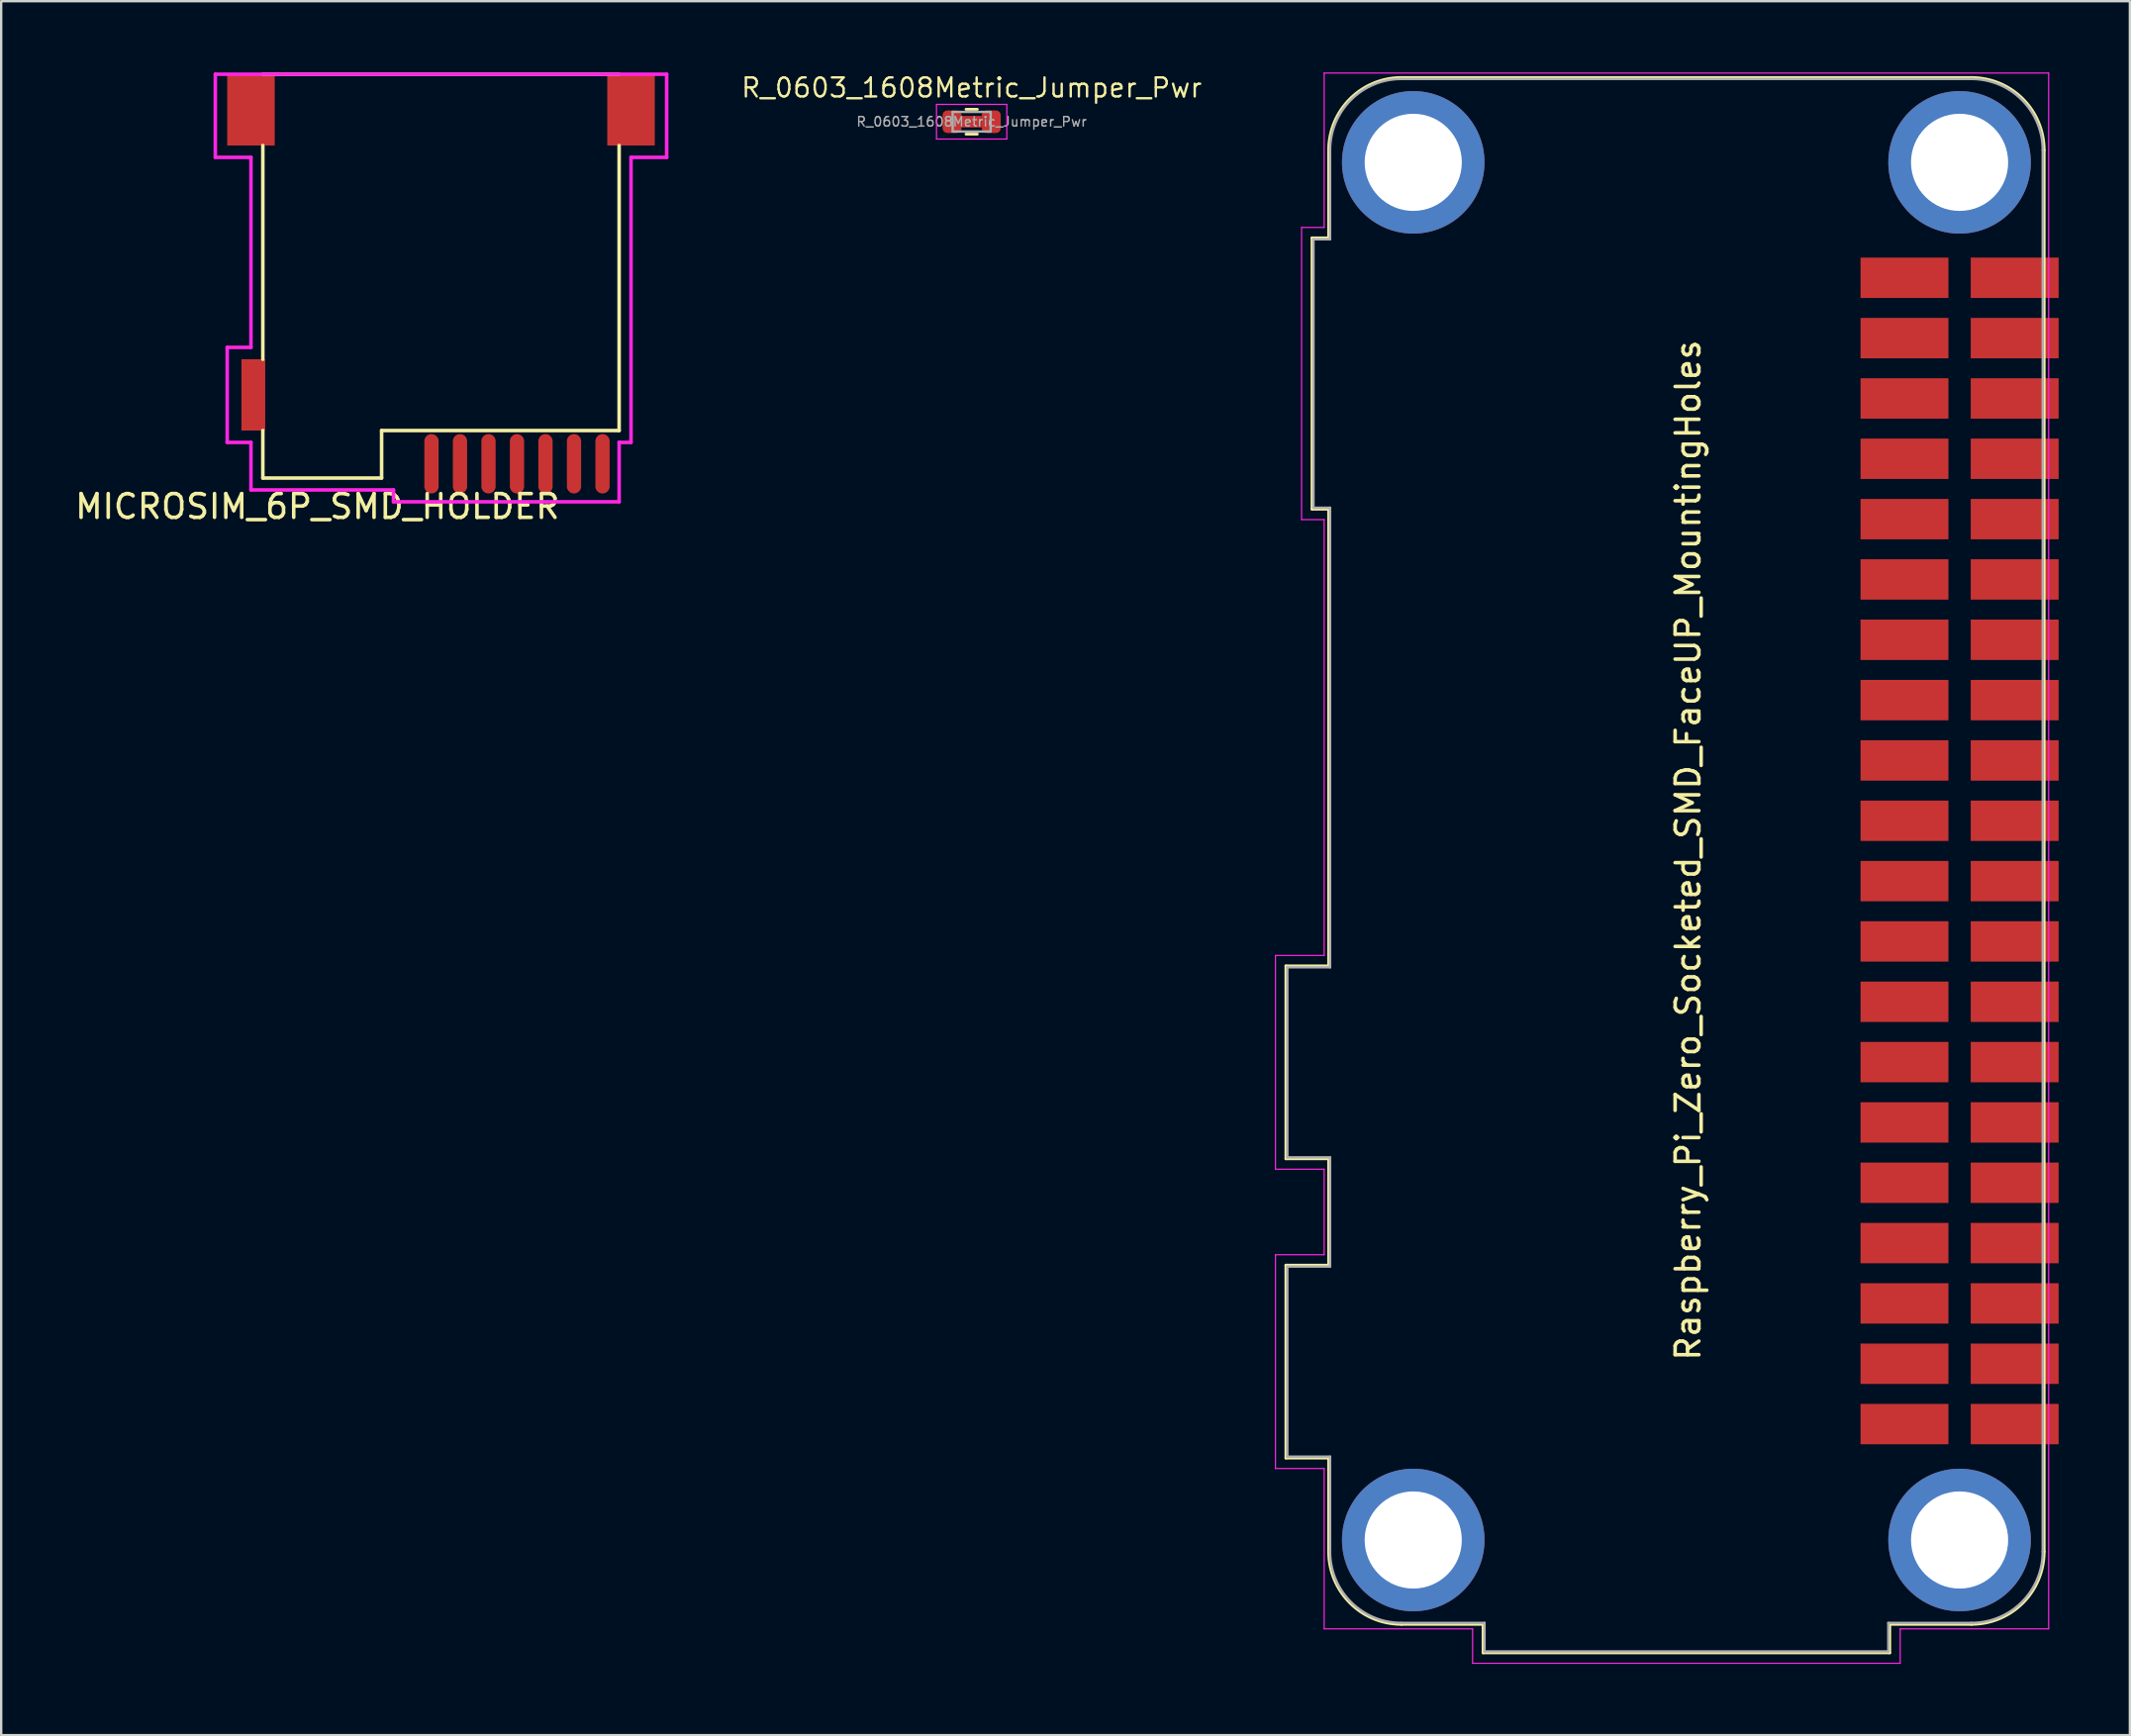
<source format=kicad_pcb>
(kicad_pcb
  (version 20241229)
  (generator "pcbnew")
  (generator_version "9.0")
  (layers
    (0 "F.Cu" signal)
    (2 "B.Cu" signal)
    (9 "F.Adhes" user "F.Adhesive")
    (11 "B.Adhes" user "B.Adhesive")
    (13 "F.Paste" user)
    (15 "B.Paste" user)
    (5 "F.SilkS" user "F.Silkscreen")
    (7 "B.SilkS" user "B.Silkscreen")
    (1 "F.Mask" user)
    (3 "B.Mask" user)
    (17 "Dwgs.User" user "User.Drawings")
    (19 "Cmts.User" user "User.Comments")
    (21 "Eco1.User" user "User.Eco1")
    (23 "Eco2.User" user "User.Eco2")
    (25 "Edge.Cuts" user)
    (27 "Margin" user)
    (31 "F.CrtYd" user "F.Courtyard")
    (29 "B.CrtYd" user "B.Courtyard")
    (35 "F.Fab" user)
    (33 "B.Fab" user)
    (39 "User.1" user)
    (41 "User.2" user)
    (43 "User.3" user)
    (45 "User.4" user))
  (footprint "R_0603_1608Metric_Jumper_Pwr"
    (layer "F.Cu")
    (at 37.856 2.074)
    (property "Reference" "R_0603_1608Metric_Jumper_Pwr" (at 0 -1.43 180) (layer "F.SilkS") (effects (font (size 0.8 0.8) (thickness 0.1))))
    (attr smd allow_soldermask_bridges)
    (fp_rect (start -0.42 -0.24) (end 0.42 0.24) (stroke (width 0.01) (type solid)) (fill yes) (layer "F.Cu"))
    (fp_rect (start -0.45 -0.32) (end 0.45 0.32) (stroke (width 0.12) (type solid)) (fill yes) (layer "F.Mask"))
    (fp_line (start -0.237 -0.522) (end 0.237 -0.522) (stroke (width 0.12) (type solid)) (layer "F.SilkS"))
    (fp_line (start -0.237 0.522) (end 0.237 0.522) (stroke (width 0.12) (type solid)) (layer "F.SilkS"))
    (fp_line (start -1.48 -0.73) (end 1.48 -0.73) (stroke (width 0.05) (type solid)) (layer "F.CrtYd"))
    (fp_line (start -1.48 0.73) (end -1.48 -0.73) (stroke (width 0.05) (type solid)) (layer "F.CrtYd"))
    (fp_line (start 1.48 -0.73) (end 1.48 0.73) (stroke (width 0.05) (type solid)) (layer "F.CrtYd"))
    (fp_line (start 1.48 0.73) (end -1.48 0.73) (stroke (width 0.05) (type solid)) (layer "F.CrtYd"))
    (fp_line (start -0.8 -0.412) (end 0.8 -0.412) (stroke (width 0.1) (type solid)) (layer "F.Fab"))
    (fp_line (start -0.8 0.412) (end -0.8 -0.412) (stroke (width 0.1) (type solid)) (layer "F.Fab"))
    (fp_line (start 0.8 -0.412) (end 0.8 0.412) (stroke (width 0.1) (type solid)) (layer "F.Fab"))
    (fp_line (start 0.8 0.412) (end -0.8 0.412) (stroke (width 0.1) (type solid)) (layer "F.Fab"))
    (fp_text user "${REFERENCE}" (at 0 0 180) (layer "F.Fab") (effects (font (size 0.4 0.4) (thickness 0.06))))
    (pad "1" smd roundrect (at -0.825 0) (size 0.8 0.95) (layers "F.Cu" "F.Mask" "F.Paste") (roundrect_rratio 0.25))
    (pad "2" smd roundrect (at 0.825 0) (size 0.8 0.95) (layers "F.Cu" "F.Mask" "F.Paste") (roundrect_rratio 0.25)))
  (footprint "Raspberry_Pi_Zero_Socketed_SMD_FaceUP_MountingHoles"
    (layer "F.Cu")
    (at 78.176 8.645)
    (property "Reference" "Raspberry_Pi_Zero_Socketed_SMD_FaceUP_MountingHoles" (at -10.16 24.1 90) (layer "F.SilkS") (effects (font (size 1 1) (thickness 0.15))))
    (attr through_hole)
    (fp_line (start -27.09 28.97) (end -25.29 28.97) (stroke (width 0.12) (type solid)) (layer "F.SilkS"))
    (fp_line (start -27.09 37.09) (end -27.09 28.97) (stroke (width 0.12) (type solid)) (layer "F.SilkS"))
    (fp_line (start -27.09 41.57) (end -25.29 41.57) (stroke (width 0.12) (type solid)) (layer "F.SilkS"))
    (fp_line (start -27.09 49.69) (end -27.09 41.57) (stroke (width 0.12) (type solid)) (layer "F.SilkS"))
    (fp_line (start -25.99 -1.68) (end -25.29 -1.68) (stroke (width 0.12) (type solid)) (layer "F.SilkS"))
    (fp_line (start -25.99 9.74) (end -25.99 -1.68) (stroke (width 0.12) (type solid)) (layer "F.SilkS"))
    (fp_line (start -25.29 -1.68) (end -25.29 -5.37) (stroke (width 0.12) (type solid)) (layer "F.SilkS"))
    (fp_line (start -25.29 9.74) (end -25.99 9.74) (stroke (width 0.12) (type solid)) (layer "F.SilkS"))
    (fp_line (start -25.29 28.97) (end -25.29 9.74) (stroke (width 0.12) (type solid)) (layer "F.SilkS"))
    (fp_line (start -25.29 37.09) (end -27.09 37.09) (stroke (width 0.12) (type solid)) (layer "F.SilkS"))
    (fp_line (start -25.29 41.57) (end -25.29 37.09) (stroke (width 0.12) (type solid)) (layer "F.SilkS"))
    (fp_line (start -25.29 49.69) (end -27.09 49.69) (stroke (width 0.12) (type solid)) (layer "F.SilkS"))
    (fp_line (start -25.29 53.63) (end -25.29 49.69) (stroke (width 0.12) (type solid)) (layer "F.SilkS"))
    (fp_line (start -18.79 56.69) (end -22.23 56.69) (stroke (width 0.12) (type solid)) (layer "F.SilkS"))
    (fp_line (start -18.79 57.89) (end -18.79 56.69) (stroke (width 0.12) (type solid)) (layer "F.SilkS"))
    (fp_line (start -1.67 56.69) (end -1.67 57.89) (stroke (width 0.12) (type solid)) (layer "F.SilkS"))
    (fp_line (start -1.67 56.69) (end 1.77 56.69) (stroke (width 0.12) (type solid)) (layer "F.SilkS"))
    (fp_line (start -1.67 57.89) (end -18.79 57.89) (stroke (width 0.12) (type solid)) (layer "F.SilkS"))
    (fp_line (start 1.77 -8.43) (end -22.23 -8.43) (stroke (width 0.12) (type solid)) (layer "F.SilkS"))
    (fp_line (start 4.83 53.63) (end 4.83 -5.37) (stroke (width 0.12) (type solid)) (layer "F.SilkS"))
    (fp_arc (start -25.29 -5.37) (mid -24.393747 -7.533747) (end -22.23 -8.43) (stroke (width 0.12) (type solid)) (layer "F.SilkS"))
    (fp_arc (start -22.23 56.69) (mid -24.393747 55.793747) (end -25.29 53.63) (stroke (width 0.12) (type solid)) (layer "F.SilkS"))
    (fp_arc (start 1.77 -8.43) (mid 3.933747 -7.533747) (end 4.83 -5.37) (stroke (width 0.12) (type solid)) (layer "F.SilkS"))
    (fp_arc (start 4.83 53.63) (mid 3.933747 55.793747) (end 1.77 56.69) (stroke (width 0.12) (type solid)) (layer "F.SilkS"))
    (fp_line (start -27.53 28.53) (end -25.48 28.53) (stroke (width 0.05) (type solid)) (layer "F.CrtYd"))
    (fp_line (start -27.53 37.53) (end -27.53 28.53) (stroke (width 0.05) (type solid)) (layer "F.CrtYd"))
    (fp_line (start -27.53 37.53) (end -25.48 37.53) (stroke (width 0.05) (type solid)) (layer "F.CrtYd"))
    (fp_line (start -27.53 41.13) (end -25.48 41.13) (stroke (width 0.05) (type solid)) (layer "F.CrtYd"))
    (fp_line (start -27.53 50.13) (end -27.53 41.13) (stroke (width 0.05) (type solid)) (layer "F.CrtYd"))
    (fp_line (start -27.53 50.13) (end -25.48 50.13) (stroke (width 0.05) (type solid)) (layer "F.CrtYd"))
    (fp_line (start -26.43 -2.12) (end -26.43 10.18) (stroke (width 0.05) (type solid)) (layer "F.CrtYd"))
    (fp_line (start -26.43 -2.12) (end -25.48 -2.12) (stroke (width 0.05) (type solid)) (layer "F.CrtYd"))
    (fp_line (start -26.43 10.18) (end -25.48 10.18) (stroke (width 0.05) (type solid)) (layer "F.CrtYd"))
    (fp_line (start -25.48 -2.12) (end -25.48 -8.62) (stroke (width 0.05) (type solid)) (layer "F.CrtYd"))
    (fp_line (start -25.48 28.53) (end -25.48 10.18) (stroke (width 0.05) (type solid)) (layer "F.CrtYd"))
    (fp_line (start -25.48 37.53) (end -25.48 41.13) (stroke (width 0.05) (type solid)) (layer "F.CrtYd"))
    (fp_line (start -25.48 50.13) (end -25.48 56.88) (stroke (width 0.05) (type solid)) (layer "F.CrtYd"))
    (fp_line (start -19.23 56.88) (end -25.48 56.88) (stroke (width 0.05) (type solid)) (layer "F.CrtYd"))
    (fp_line (start -19.23 58.33) (end -19.23 56.88) (stroke (width 0.05) (type solid)) (layer "F.CrtYd"))
    (fp_line (start -19.23 58.33) (end -1.23 58.33) (stroke (width 0.05) (type solid)) (layer "F.CrtYd"))
    (fp_line (start -1.23 58.33) (end -1.23 56.88) (stroke (width 0.05) (type solid)) (layer "F.CrtYd"))
    (fp_line (start 5.02 -8.62) (end -25.48 -8.62) (stroke (width 0.05) (type solid)) (layer "F.CrtYd"))
    (fp_line (start 5.02 56.88) (end -1.23 56.88) (stroke (width 0.05) (type solid)) (layer "F.CrtYd"))
    (fp_line (start 5.02 56.88) (end 5.02 -8.62) (stroke (width 0.05) (type solid)) (layer "F.CrtYd"))
    (fp_line (start -27.03 29.03) (end -25.23 29.03) (stroke (width 0.1) (type solid)) (layer "F.Fab"))
    (fp_line (start -27.03 37.03) (end -27.03 29.03) (stroke (width 0.1) (type solid)) (layer "F.Fab"))
    (fp_line (start -27.03 41.63) (end -25.23 41.63) (stroke (width 0.1) (type solid)) (layer "F.Fab"))
    (fp_line (start -27.03 49.63) (end -27.03 41.63) (stroke (width 0.1) (type solid)) (layer "F.Fab"))
    (fp_line (start -25.93 9.68) (end -25.93 -1.62) (stroke (width 0.1) (type solid)) (layer "F.Fab"))
    (fp_line (start -25.23 -1.62) (end -25.93 -1.62) (stroke (width 0.1) (type solid)) (layer "F.Fab"))
    (fp_line (start -25.23 -1.62) (end -25.23 -5.37) (stroke (width 0.1) (type solid)) (layer "F.Fab"))
    (fp_line (start -25.23 9.68) (end -25.93 9.68) (stroke (width 0.1) (type solid)) (layer "F.Fab"))
    (fp_line (start -25.23 29.03) (end -25.23 9.68) (stroke (width 0.1) (type solid)) (layer "F.Fab"))
    (fp_line (start -25.23 37.03) (end -27.03 37.03) (stroke (width 0.1) (type solid)) (layer "F.Fab"))
    (fp_line (start -25.23 41.63) (end -25.23 37.03) (stroke (width 0.1) (type solid)) (layer "F.Fab"))
    (fp_line (start -25.23 49.63) (end -27.03 49.63) (stroke (width 0.1) (type solid)) (layer "F.Fab"))
    (fp_line (start -25.23 49.63) (end -25.23 53.63) (stroke (width 0.1) (type solid)) (layer "F.Fab"))
    (fp_line (start -22.23 56.63) (end -18.73 56.63) (stroke (width 0.1) (type solid)) (layer "F.Fab"))
    (fp_line (start -18.73 56.63) (end -18.73 57.83) (stroke (width 0.1) (type solid)) (layer "F.Fab"))
    (fp_line (start -1.73 56.63) (end -1.73 57.83) (stroke (width 0.1) (type solid)) (layer "F.Fab"))
    (fp_line (start -1.73 57.83) (end -18.73 57.83) (stroke (width 0.1) (type solid)) (layer "F.Fab"))
    (fp_line (start 1.77 -8.37) (end -22.23 -8.37) (stroke (width 0.1) (type solid)) (layer "F.Fab"))
    (fp_line (start 1.77 56.63) (end -1.73 56.63) (stroke (width 0.1) (type solid)) (layer "F.Fab"))
    (fp_line (start 4.77 53.63) (end 4.77 -5.37) (stroke (width 0.1) (type solid)) (layer "F.Fab"))
    (fp_arc (start -25.23 -5.37) (mid -24.35132 -7.49132) (end -22.23 -8.37) (stroke (width 0.1) (type solid)) (layer "F.Fab"))
    (fp_arc (start -22.23 56.63) (mid -24.35132 55.75132) (end -25.23 53.63) (stroke (width 0.1) (type solid)) (layer "F.Fab"))
    (fp_arc (start 1.77 -8.37) (mid 3.89132 -7.49132) (end 4.77 -5.37) (stroke (width 0.1) (type solid)) (layer "F.Fab"))
    (fp_arc (start 4.77 53.63) (mid 3.89132 55.75132) (end 1.77 56.63) (stroke (width 0.1) (type solid)) (layer "F.Fab"))
    (pad "" thru_hole circle (at -21.73 -4.86) (size 6 6) (drill 4.09) (layers "*.Cu" "*.Mask"))
    (pad "" thru_hole circle (at -21.73 53.14) (size 6 6) (drill 4.09) (layers "*.Cu" "*.Mask"))
    (pad "" thru_hole circle (at 1.27 -4.86) (size 6 6) (drill 4.09) (layers "*.Cu" "*.Mask"))
    (pad "" thru_hole circle (at 1.27 53.14) (size 6 6) (drill 4.09) (layers "*.Cu" "*.Mask"))
    (pad "1" smd rect (at -1.05 0) (size 3.7 1.7) (layers "F.Cu" "F.Mask" "F.Paste"))
    (pad "2" smd rect (at 3.59 0) (size 3.7 1.7) (layers "F.Cu" "F.Mask" "F.Paste"))
    (pad "3" smd rect (at -1.05 2.54) (size 3.7 1.7) (layers "F.Cu" "F.Mask" "F.Paste"))
    (pad "4" smd rect (at 3.59 2.54) (size 3.7 1.7) (layers "F.Cu" "F.Mask" "F.Paste"))
    (pad "5" smd rect (at -1.05 5.08) (size 3.7 1.7) (layers "F.Cu" "F.Mask" "F.Paste"))
    (pad "6" smd rect (at 3.59 5.08) (size 3.7 1.7) (layers "F.Cu" "F.Mask" "F.Paste"))
    (pad "7" smd rect (at -1.05 7.62) (size 3.7 1.7) (layers "F.Cu" "F.Mask" "F.Paste"))
    (pad "8" smd rect (at 3.59 7.62) (size 3.7 1.7) (layers "F.Cu" "F.Mask" "F.Paste"))
    (pad "9" smd rect (at -1.05 10.16) (size 3.7 1.7) (layers "F.Cu" "F.Mask" "F.Paste"))
    (pad "10" smd rect (at 3.59 10.16) (size 3.7 1.7) (layers "F.Cu" "F.Mask" "F.Paste"))
    (pad "11" smd rect (at -1.05 12.7) (size 3.7 1.7) (layers "F.Cu" "F.Mask" "F.Paste"))
    (pad "12" smd rect (at 3.59 12.7) (size 3.7 1.7) (layers "F.Cu" "F.Mask" "F.Paste"))
    (pad "13" smd rect (at -1.05 15.24) (size 3.7 1.7) (layers "F.Cu" "F.Mask" "F.Paste"))
    (pad "14" smd rect (at 3.59 15.24) (size 3.7 1.7) (layers "F.Cu" "F.Mask" "F.Paste"))
    (pad "15" smd rect (at -1.05 17.78) (size 3.7 1.7) (layers "F.Cu" "F.Mask" "F.Paste"))
    (pad "16" smd rect (at 3.59 17.78) (size 3.7 1.7) (layers "F.Cu" "F.Mask" "F.Paste"))
    (pad "17" smd rect (at -1.05 20.32) (size 3.7 1.7) (layers "F.Cu" "F.Mask" "F.Paste"))
    (pad "18" smd rect (at 3.59 20.32) (size 3.7 1.7) (layers "F.Cu" "F.Mask" "F.Paste"))
    (pad "19" smd rect (at -1.05 22.86) (size 3.7 1.7) (layers "F.Cu" "F.Mask" "F.Paste"))
    (pad "20" smd rect (at 3.59 22.86) (size 3.7 1.7) (layers "F.Cu" "F.Mask" "F.Paste"))
    (pad "21" smd rect (at -1.05 25.4) (size 3.7 1.7) (layers "F.Cu" "F.Mask" "F.Paste"))
    (pad "22" smd rect (at 3.59 25.4) (size 3.7 1.7) (layers "F.Cu" "F.Mask" "F.Paste"))
    (pad "23" smd rect (at -1.05 27.94) (size 3.7 1.7) (layers "F.Cu" "F.Mask" "F.Paste"))
    (pad "24" smd rect (at 3.59 27.94) (size 3.7 1.7) (layers "F.Cu" "F.Mask" "F.Paste"))
    (pad "25" smd rect (at -1.05 30.48) (size 3.7 1.7) (layers "F.Cu" "F.Mask" "F.Paste"))
    (pad "26" smd rect (at 3.59 30.48) (size 3.7 1.7) (layers "F.Cu" "F.Mask" "F.Paste"))
    (pad "27" smd rect (at -1.05 33.02) (size 3.7 1.7) (layers "F.Cu" "F.Mask" "F.Paste"))
    (pad "28" smd rect (at 3.59 33.02) (size 3.7 1.7) (layers "F.Cu" "F.Mask" "F.Paste"))
    (pad "29" smd rect (at -1.05 35.56) (size 3.7 1.7) (layers "F.Cu" "F.Mask" "F.Paste"))
    (pad "30" smd rect (at 3.59 35.56) (size 3.7 1.7) (layers "F.Cu" "F.Mask" "F.Paste"))
    (pad "31" smd rect (at -1.05 38.1) (size 3.7 1.7) (layers "F.Cu" "F.Mask" "F.Paste"))
    (pad "32" smd rect (at 3.59 38.1) (size 3.7 1.7) (layers "F.Cu" "F.Mask" "F.Paste"))
    (pad "33" smd rect (at -1.05 40.64) (size 3.7 1.7) (layers "F.Cu" "F.Mask" "F.Paste"))
    (pad "34" smd rect (at 3.59 40.64) (size 3.7 1.7) (layers "F.Cu" "F.Mask" "F.Paste"))
    (pad "35" smd rect (at -1.05 43.18) (size 3.7 1.7) (layers "F.Cu" "F.Mask" "F.Paste"))
    (pad "36" smd rect (at 3.59 43.18) (size 3.7 1.7) (layers "F.Cu" "F.Mask" "F.Paste"))
    (pad "37" smd rect (at -1.05 45.72) (size 3.7 1.7) (layers "F.Cu" "F.Mask" "F.Paste"))
    (pad "38" smd rect (at 3.59 45.72) (size 3.7 1.7) (layers "F.Cu" "F.Mask" "F.Paste"))
    (pad "39" smd rect (at -1.05 48.26) (size 3.7 1.7) (layers "F.Cu" "F.Mask" "F.Paste"))
    (pad "40" smd rect (at 3.59 48.26) (size 3.7 1.7) (layers "F.Cu" "F.Mask" "F.Paste")))
  (footprint "MICROSIM_6P_SMD_HOLDER"
    (layer "F.Cu")
    (at 15.515 9.075)
    (property "Reference" "MICROSIM_6P_SMD_HOLDER" (at -5.2 9.2 0) (layer "F.SilkS") (effects (font (size 1 1) (thickness 0.15))))
    (attr through_hole)
    (fp_line (start -7.5 -9) (end 7.5 -9) (stroke (width 0.15) (type solid)) (layer "F.SilkS"))
    (fp_line (start -7.5 -6) (end -7.5 3) (stroke (width 0.15) (type solid)) (layer "F.SilkS"))
    (fp_line (start -7.5 6) (end -7.5 8) (stroke (width 0.15) (type solid)) (layer "F.SilkS"))
    (fp_line (start -7.5 8) (end -2.5 8) (stroke (width 0.15) (type solid)) (layer "F.SilkS"))
    (fp_line (start -2.5 6) (end 7.5 6) (stroke (width 0.15) (type solid)) (layer "F.SilkS"))
    (fp_line (start -2.5 8) (end -2.5 6) (stroke (width 0.15) (type solid)) (layer "F.SilkS"))
    (fp_line (start 7.5 -6) (end 7.5 6) (stroke (width 0.15) (type solid)) (layer "F.SilkS"))
    (fp_line (start -9.5 -9) (end 9.5 -9) (stroke (width 0.15) (type solid)) (layer "F.CrtYd"))
    (fp_line (start -9.5 -5.5) (end -9.5 -9) (stroke (width 0.15) (type solid)) (layer "F.CrtYd"))
    (fp_line (start -9 2.5) (end -8 2.5) (stroke (width 0.15) (type solid)) (layer "F.CrtYd"))
    (fp_line (start -9 6.5) (end -9 2.5) (stroke (width 0.15) (type solid)) (layer "F.CrtYd"))
    (fp_line (start -8 -5.5) (end -9.5 -5.5) (stroke (width 0.15) (type solid)) (layer "F.CrtYd"))
    (fp_line (start -8 2.5) (end -8 -5.5) (stroke (width 0.15) (type solid)) (layer "F.CrtYd"))
    (fp_line (start -8 6.5) (end -9 6.5) (stroke (width 0.15) (type solid)) (layer "F.CrtYd"))
    (fp_line (start -8 8.5) (end -8 6.5) (stroke (width 0.15) (type solid)) (layer "F.CrtYd"))
    (fp_line (start -2 8.5) (end -8 8.5) (stroke (width 0.15) (type solid)) (layer "F.CrtYd"))
    (fp_line (start -2 8.5) (end -2 9) (stroke (width 0.15) (type solid)) (layer "F.CrtYd"))
    (fp_line (start 7.5 6.5) (end 7.5 9) (stroke (width 0.15) (type solid)) (layer "F.CrtYd"))
    (fp_line (start 7.5 9) (end -2 9) (stroke (width 0.15) (type solid)) (layer "F.CrtYd"))
    (fp_line (start 8 -5.5) (end 8 6.5) (stroke (width 0.15) (type solid)) (layer "F.CrtYd"))
    (fp_line (start 8 6.5) (end 7.5 6.5) (stroke (width 0.15) (type solid)) (layer "F.CrtYd"))
    (fp_line (start 9.5 -9) (end 9.5 -5.5) (stroke (width 0.15) (type solid)) (layer "F.CrtYd"))
    (fp_line (start 9.5 -5.5) (end 8 -5.5) (stroke (width 0.15) (type solid)) (layer "F.CrtYd"))
    (pad "" smd oval (at -0.4 7.4) (size 0.6 2.5) (layers "F.Cu" "F.Mask" "F.Paste"))
    (pad "8" smd rect (at -8 -7.5) (size 2 3) (layers "F.Cu" "F.Mask" "F.Paste"))
    (pad "8" smd rect (at -7.9 4.5) (size 1 3) (layers "F.Cu" "F.Mask" "F.Paste"))
    (pad "8" smd rect (at 8 -7.5) (size 2 3) (layers "F.Cu" "F.Mask" "F.Paste"))
    (pad "C1" smd oval (at 5.6 7.4) (size 0.6 2.5) (layers "F.Cu" "F.Mask" "F.Paste"))
    (pad "C2" smd oval (at 3.2 7.4) (size 0.6 2.5) (layers "F.Cu" "F.Mask" "F.Paste"))
    (pad "C3" smd oval (at 0.8 7.4) (size 0.6 2.5) (layers "F.Cu" "F.Mask" "F.Paste"))
    (pad "C5" smd oval (at 6.8 7.4) (size 0.6 2.5) (layers "F.Cu" "F.Mask" "F.Paste"))
    (pad "C6" smd oval (at 4.4 7.4) (size 0.6 2.5) (layers "F.Cu" "F.Mask" "F.Paste"))
    (pad "C7" smd oval (at 2 7.4) (size 0.6 2.5) (layers "F.Cu" "F.Mask" "F.Paste")))
  (gr_rect
    (start -3 -3)
    (end 86.616 70)
    (stroke (width 0.1) (type default))
    (fill no)
    (layer "Edge.Cuts")))
</source>
